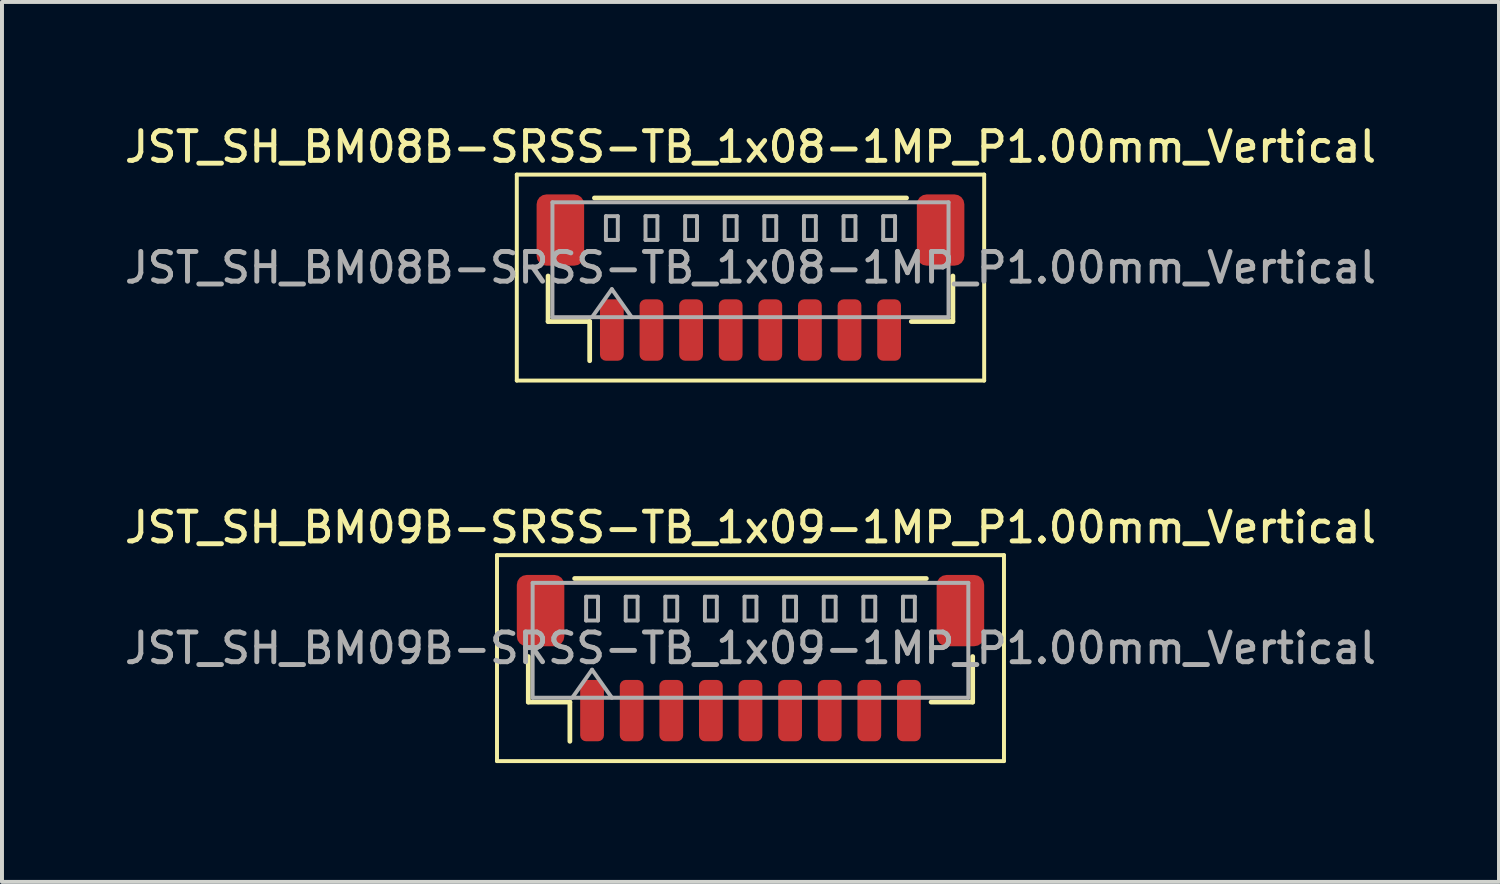
<source format=kicad_pcb>
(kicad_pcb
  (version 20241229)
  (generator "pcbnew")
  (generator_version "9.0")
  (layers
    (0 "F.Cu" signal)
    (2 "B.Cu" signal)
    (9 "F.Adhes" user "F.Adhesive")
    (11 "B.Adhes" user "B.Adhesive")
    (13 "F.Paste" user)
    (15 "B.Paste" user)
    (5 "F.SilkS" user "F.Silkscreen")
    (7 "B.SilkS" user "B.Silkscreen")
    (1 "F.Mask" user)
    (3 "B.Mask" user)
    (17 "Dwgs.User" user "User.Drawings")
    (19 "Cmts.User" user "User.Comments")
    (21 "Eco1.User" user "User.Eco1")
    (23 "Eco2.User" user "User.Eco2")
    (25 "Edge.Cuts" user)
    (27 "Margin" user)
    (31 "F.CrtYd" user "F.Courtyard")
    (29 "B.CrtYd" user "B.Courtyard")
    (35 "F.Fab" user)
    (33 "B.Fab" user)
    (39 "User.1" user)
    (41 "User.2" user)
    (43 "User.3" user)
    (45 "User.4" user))
  (footprint "JST_SH_BM08B-SRSS-TB_1x08-1MP_P1.00mm_Vertical"
    (layer "F.Cu")
    (at 15.898 3.958)
    (property "Reference" "JST_SH_BM08B-SRSS-TB_1x08-1MP_P1.00mm_Vertical" (at 0 -3.3 0) (layer "F.SilkS") (effects (font (size 0.75 0.75) (thickness 0.125))))
    (attr smd)
    (fp_line (start -5.9 -2.6) (end -5.9 2.6) (stroke (width 0.1) (type solid)) (layer "F.SilkS"))
    (fp_line (start -5.9 2.6) (end 5.9 2.6) (stroke (width 0.1) (type solid)) (layer "F.SilkS"))
    (fp_line (start -5.11 -0.04) (end -5.11 1.11) (stroke (width 0.12) (type solid)) (layer "F.SilkS"))
    (fp_line (start -5.11 1.11) (end -4.06 1.11) (stroke (width 0.12) (type solid)) (layer "F.SilkS"))
    (fp_line (start -4.06 1.11) (end -4.06 2.1) (stroke (width 0.12) (type solid)) (layer "F.SilkS"))
    (fp_line (start -3.94 -2.01) (end 3.94 -2.01) (stroke (width 0.12) (type solid)) (layer "F.SilkS"))
    (fp_line (start 5.11 -0.04) (end 5.11 1.11) (stroke (width 0.12) (type solid)) (layer "F.SilkS"))
    (fp_line (start 5.11 1.11) (end 4.06 1.11) (stroke (width 0.12) (type solid)) (layer "F.SilkS"))
    (fp_line (start 5.9 -2.6) (end -5.9 -2.6) (stroke (width 0.1) (type solid)) (layer "F.SilkS"))
    (fp_line (start 5.9 2.6) (end 5.9 -2.6) (stroke (width 0.1) (type solid)) (layer "F.SilkS"))
    (fp_line (start -5 -1.9) (end 5 -1.9) (stroke (width 0.1) (type solid)) (layer "F.Fab"))
    (fp_line (start -5 1) (end -5 -1.9) (stroke (width 0.1) (type solid)) (layer "F.Fab"))
    (fp_line (start -5 1) (end 5 1) (stroke (width 0.1) (type solid)) (layer "F.Fab"))
    (fp_line (start -4 1) (end -3.5 0.293) (stroke (width 0.1) (type solid)) (layer "F.Fab"))
    (fp_line (start -3.65 -1.55) (end -3.65 -0.95) (stroke (width 0.1) (type solid)) (layer "F.Fab"))
    (fp_line (start -3.65 -0.95) (end -3.35 -0.95) (stroke (width 0.1) (type solid)) (layer "F.Fab"))
    (fp_line (start -3.5 0.293) (end -3 1) (stroke (width 0.1) (type solid)) (layer "F.Fab"))
    (fp_line (start -3.35 -1.55) (end -3.65 -1.55) (stroke (width 0.1) (type solid)) (layer "F.Fab"))
    (fp_line (start -3.35 -0.95) (end -3.35 -1.55) (stroke (width 0.1) (type solid)) (layer "F.Fab"))
    (fp_line (start -2.65 -1.55) (end -2.65 -0.95) (stroke (width 0.1) (type solid)) (layer "F.Fab"))
    (fp_line (start -2.65 -0.95) (end -2.35 -0.95) (stroke (width 0.1) (type solid)) (layer "F.Fab"))
    (fp_line (start -2.35 -1.55) (end -2.65 -1.55) (stroke (width 0.1) (type solid)) (layer "F.Fab"))
    (fp_line (start -2.35 -0.95) (end -2.35 -1.55) (stroke (width 0.1) (type solid)) (layer "F.Fab"))
    (fp_line (start -1.65 -1.55) (end -1.65 -0.95) (stroke (width 0.1) (type solid)) (layer "F.Fab"))
    (fp_line (start -1.65 -0.95) (end -1.35 -0.95) (stroke (width 0.1) (type solid)) (layer "F.Fab"))
    (fp_line (start -1.35 -1.55) (end -1.65 -1.55) (stroke (width 0.1) (type solid)) (layer "F.Fab"))
    (fp_line (start -1.35 -0.95) (end -1.35 -1.55) (stroke (width 0.1) (type solid)) (layer "F.Fab"))
    (fp_line (start -0.65 -1.55) (end -0.65 -0.95) (stroke (width 0.1) (type solid)) (layer "F.Fab"))
    (fp_line (start -0.65 -0.95) (end -0.35 -0.95) (stroke (width 0.1) (type solid)) (layer "F.Fab"))
    (fp_line (start -0.35 -1.55) (end -0.65 -1.55) (stroke (width 0.1) (type solid)) (layer "F.Fab"))
    (fp_line (start -0.35 -0.95) (end -0.35 -1.55) (stroke (width 0.1) (type solid)) (layer "F.Fab"))
    (fp_line (start 0.35 -1.55) (end 0.35 -0.95) (stroke (width 0.1) (type solid)) (layer "F.Fab"))
    (fp_line (start 0.35 -0.95) (end 0.65 -0.95) (stroke (width 0.1) (type solid)) (layer "F.Fab"))
    (fp_line (start 0.65 -1.55) (end 0.35 -1.55) (stroke (width 0.1) (type solid)) (layer "F.Fab"))
    (fp_line (start 0.65 -0.95) (end 0.65 -1.55) (stroke (width 0.1) (type solid)) (layer "F.Fab"))
    (fp_line (start 1.35 -1.55) (end 1.35 -0.95) (stroke (width 0.1) (type solid)) (layer "F.Fab"))
    (fp_line (start 1.35 -0.95) (end 1.65 -0.95) (stroke (width 0.1) (type solid)) (layer "F.Fab"))
    (fp_line (start 1.65 -1.55) (end 1.35 -1.55) (stroke (width 0.1) (type solid)) (layer "F.Fab"))
    (fp_line (start 1.65 -0.95) (end 1.65 -1.55) (stroke (width 0.1) (type solid)) (layer "F.Fab"))
    (fp_line (start 2.35 -1.55) (end 2.35 -0.95) (stroke (width 0.1) (type solid)) (layer "F.Fab"))
    (fp_line (start 2.35 -0.95) (end 2.65 -0.95) (stroke (width 0.1) (type solid)) (layer "F.Fab"))
    (fp_line (start 2.65 -1.55) (end 2.35 -1.55) (stroke (width 0.1) (type solid)) (layer "F.Fab"))
    (fp_line (start 2.65 -0.95) (end 2.65 -1.55) (stroke (width 0.1) (type solid)) (layer "F.Fab"))
    (fp_line (start 3.35 -1.55) (end 3.35 -0.95) (stroke (width 0.1) (type solid)) (layer "F.Fab"))
    (fp_line (start 3.35 -0.95) (end 3.65 -0.95) (stroke (width 0.1) (type solid)) (layer "F.Fab"))
    (fp_line (start 3.65 -1.55) (end 3.35 -1.55) (stroke (width 0.1) (type solid)) (layer "F.Fab"))
    (fp_line (start 3.65 -0.95) (end 3.65 -1.55) (stroke (width 0.1) (type solid)) (layer "F.Fab"))
    (fp_line (start 5 1) (end 5 -1.9) (stroke (width 0.1) (type solid)) (layer "F.Fab"))
    (fp_text user "${REFERENCE}" (at 0 -0.25 0) (layer "F.Fab") (effects (font (size 0.75 0.75) (thickness 0.125))))
    (pad "1" smd roundrect (at -3.5 1.325) (size 0.6 1.55) (layers "F.Cu" "F.Mask" "F.Paste") (roundrect_rratio 0.25))
    (pad "2" smd roundrect (at -2.5 1.325) (size 0.6 1.55) (layers "F.Cu" "F.Mask" "F.Paste") (roundrect_rratio 0.25))
    (pad "3" smd roundrect (at -1.5 1.325) (size 0.6 1.55) (layers "F.Cu" "F.Mask" "F.Paste") (roundrect_rratio 0.25))
    (pad "4" smd roundrect (at -0.5 1.325) (size 0.6 1.55) (layers "F.Cu" "F.Mask" "F.Paste") (roundrect_rratio 0.25))
    (pad "5" smd roundrect (at 0.5 1.325) (size 0.6 1.55) (layers "F.Cu" "F.Mask" "F.Paste") (roundrect_rratio 0.25))
    (pad "6" smd roundrect (at 1.5 1.325) (size 0.6 1.55) (layers "F.Cu" "F.Mask" "F.Paste") (roundrect_rratio 0.25))
    (pad "7" smd roundrect (at 2.5 1.325) (size 0.6 1.55) (layers "F.Cu" "F.Mask" "F.Paste") (roundrect_rratio 0.25))
    (pad "8" smd roundrect (at 3.5 1.325) (size 0.6 1.55) (layers "F.Cu" "F.Mask" "F.Paste") (roundrect_rratio 0.25))
    (pad "MP" smd roundrect (at -4.8 -1.2) (size 1.2 1.8) (layers "F.Cu" "F.Mask" "F.Paste") (roundrect_rratio 0.208))
    (pad "MP" smd roundrect (at 4.8 -1.2) (size 1.2 1.8) (layers "F.Cu" "F.Mask" "F.Paste") (roundrect_rratio 0.208)))
  (footprint "JST_SH_BM09B-SRSS-TB_1x09-1MP_P1.00mm_Vertical"
    (layer "F.Cu")
    (at 15.898 13.566)
    (property "Reference" "JST_SH_BM09B-SRSS-TB_1x09-1MP_P1.00mm_Vertical" (at 0 -3.3 0) (layer "F.SilkS") (effects (font (size 0.75 0.75) (thickness 0.125))))
    (attr smd)
    (fp_line (start -6.4 -2.6) (end -6.4 2.6) (stroke (width 0.1) (type solid)) (layer "F.SilkS"))
    (fp_line (start -6.4 2.6) (end 6.4 2.6) (stroke (width 0.1) (type solid)) (layer "F.SilkS"))
    (fp_line (start -5.61 -0.04) (end -5.61 1.11) (stroke (width 0.12) (type solid)) (layer "F.SilkS"))
    (fp_line (start -5.61 1.11) (end -4.56 1.11) (stroke (width 0.12) (type solid)) (layer "F.SilkS"))
    (fp_line (start -4.56 1.11) (end -4.56 2.1) (stroke (width 0.12) (type solid)) (layer "F.SilkS"))
    (fp_line (start -4.44 -2.01) (end 4.44 -2.01) (stroke (width 0.12) (type solid)) (layer "F.SilkS"))
    (fp_line (start 5.61 -0.04) (end 5.61 1.11) (stroke (width 0.12) (type solid)) (layer "F.SilkS"))
    (fp_line (start 5.61 1.11) (end 4.56 1.11) (stroke (width 0.12) (type solid)) (layer "F.SilkS"))
    (fp_line (start 6.4 -2.6) (end -6.4 -2.6) (stroke (width 0.1) (type solid)) (layer "F.SilkS"))
    (fp_line (start 6.4 2.6) (end 6.4 -2.6) (stroke (width 0.1) (type solid)) (layer "F.SilkS"))
    (fp_line (start -5.5 -1.9) (end 5.5 -1.9) (stroke (width 0.1) (type solid)) (layer "F.Fab"))
    (fp_line (start -5.5 1) (end -5.5 -1.9) (stroke (width 0.1) (type solid)) (layer "F.Fab"))
    (fp_line (start -5.5 1) (end 5.5 1) (stroke (width 0.1) (type solid)) (layer "F.Fab"))
    (fp_line (start -4.5 1) (end -4 0.293) (stroke (width 0.1) (type solid)) (layer "F.Fab"))
    (fp_line (start -4.15 -1.55) (end -4.15 -0.95) (stroke (width 0.1) (type solid)) (layer "F.Fab"))
    (fp_line (start -4.15 -0.95) (end -3.85 -0.95) (stroke (width 0.1) (type solid)) (layer "F.Fab"))
    (fp_line (start -4 0.293) (end -3.5 1) (stroke (width 0.1) (type solid)) (layer "F.Fab"))
    (fp_line (start -3.85 -1.55) (end -4.15 -1.55) (stroke (width 0.1) (type solid)) (layer "F.Fab"))
    (fp_line (start -3.85 -0.95) (end -3.85 -1.55) (stroke (width 0.1) (type solid)) (layer "F.Fab"))
    (fp_line (start -3.15 -1.55) (end -3.15 -0.95) (stroke (width 0.1) (type solid)) (layer "F.Fab"))
    (fp_line (start -3.15 -0.95) (end -2.85 -0.95) (stroke (width 0.1) (type solid)) (layer "F.Fab"))
    (fp_line (start -2.85 -1.55) (end -3.15 -1.55) (stroke (width 0.1) (type solid)) (layer "F.Fab"))
    (fp_line (start -2.85 -0.95) (end -2.85 -1.55) (stroke (width 0.1) (type solid)) (layer "F.Fab"))
    (fp_line (start -2.15 -1.55) (end -2.15 -0.95) (stroke (width 0.1) (type solid)) (layer "F.Fab"))
    (fp_line (start -2.15 -0.95) (end -1.85 -0.95) (stroke (width 0.1) (type solid)) (layer "F.Fab"))
    (fp_line (start -1.85 -1.55) (end -2.15 -1.55) (stroke (width 0.1) (type solid)) (layer "F.Fab"))
    (fp_line (start -1.85 -0.95) (end -1.85 -1.55) (stroke (width 0.1) (type solid)) (layer "F.Fab"))
    (fp_line (start -1.15 -1.55) (end -1.15 -0.95) (stroke (width 0.1) (type solid)) (layer "F.Fab"))
    (fp_line (start -1.15 -0.95) (end -0.85 -0.95) (stroke (width 0.1) (type solid)) (layer "F.Fab"))
    (fp_line (start -0.85 -1.55) (end -1.15 -1.55) (stroke (width 0.1) (type solid)) (layer "F.Fab"))
    (fp_line (start -0.85 -0.95) (end -0.85 -1.55) (stroke (width 0.1) (type solid)) (layer "F.Fab"))
    (fp_line (start -0.15 -1.55) (end -0.15 -0.95) (stroke (width 0.1) (type solid)) (layer "F.Fab"))
    (fp_line (start -0.15 -0.95) (end 0.15 -0.95) (stroke (width 0.1) (type solid)) (layer "F.Fab"))
    (fp_line (start 0.15 -1.55) (end -0.15 -1.55) (stroke (width 0.1) (type solid)) (layer "F.Fab"))
    (fp_line (start 0.15 -0.95) (end 0.15 -1.55) (stroke (width 0.1) (type solid)) (layer "F.Fab"))
    (fp_line (start 0.85 -1.55) (end 0.85 -0.95) (stroke (width 0.1) (type solid)) (layer "F.Fab"))
    (fp_line (start 0.85 -0.95) (end 1.15 -0.95) (stroke (width 0.1) (type solid)) (layer "F.Fab"))
    (fp_line (start 1.15 -1.55) (end 0.85 -1.55) (stroke (width 0.1) (type solid)) (layer "F.Fab"))
    (fp_line (start 1.15 -0.95) (end 1.15 -1.55) (stroke (width 0.1) (type solid)) (layer "F.Fab"))
    (fp_line (start 1.85 -1.55) (end 1.85 -0.95) (stroke (width 0.1) (type solid)) (layer "F.Fab"))
    (fp_line (start 1.85 -0.95) (end 2.15 -0.95) (stroke (width 0.1) (type solid)) (layer "F.Fab"))
    (fp_line (start 2.15 -1.55) (end 1.85 -1.55) (stroke (width 0.1) (type solid)) (layer "F.Fab"))
    (fp_line (start 2.15 -0.95) (end 2.15 -1.55) (stroke (width 0.1) (type solid)) (layer "F.Fab"))
    (fp_line (start 2.85 -1.55) (end 2.85 -0.95) (stroke (width 0.1) (type solid)) (layer "F.Fab"))
    (fp_line (start 2.85 -0.95) (end 3.15 -0.95) (stroke (width 0.1) (type solid)) (layer "F.Fab"))
    (fp_line (start 3.15 -1.55) (end 2.85 -1.55) (stroke (width 0.1) (type solid)) (layer "F.Fab"))
    (fp_line (start 3.15 -0.95) (end 3.15 -1.55) (stroke (width 0.1) (type solid)) (layer "F.Fab"))
    (fp_line (start 3.85 -1.55) (end 3.85 -0.95) (stroke (width 0.1) (type solid)) (layer "F.Fab"))
    (fp_line (start 3.85 -0.95) (end 4.15 -0.95) (stroke (width 0.1) (type solid)) (layer "F.Fab"))
    (fp_line (start 4.15 -1.55) (end 3.85 -1.55) (stroke (width 0.1) (type solid)) (layer "F.Fab"))
    (fp_line (start 4.15 -0.95) (end 4.15 -1.55) (stroke (width 0.1) (type solid)) (layer "F.Fab"))
    (fp_line (start 5.5 1) (end 5.5 -1.9) (stroke (width 0.1) (type solid)) (layer "F.Fab"))
    (fp_text user "${REFERENCE}" (at 0 -0.25 0) (layer "F.Fab") (effects (font (size 0.75 0.75) (thickness 0.125))))
    (pad "1" smd roundrect (at -4 1.325) (size 0.6 1.55) (layers "F.Cu" "F.Mask" "F.Paste") (roundrect_rratio 0.25))
    (pad "2" smd roundrect (at -3 1.325) (size 0.6 1.55) (layers "F.Cu" "F.Mask" "F.Paste") (roundrect_rratio 0.25))
    (pad "3" smd roundrect (at -2 1.325) (size 0.6 1.55) (layers "F.Cu" "F.Mask" "F.Paste") (roundrect_rratio 0.25))
    (pad "4" smd roundrect (at -1 1.325) (size 0.6 1.55) (layers "F.Cu" "F.Mask" "F.Paste") (roundrect_rratio 0.25))
    (pad "5" smd roundrect (at 0 1.325) (size 0.6 1.55) (layers "F.Cu" "F.Mask" "F.Paste") (roundrect_rratio 0.25))
    (pad "6" smd roundrect (at 1 1.325) (size 0.6 1.55) (layers "F.Cu" "F.Mask" "F.Paste") (roundrect_rratio 0.25))
    (pad "7" smd roundrect (at 2 1.325) (size 0.6 1.55) (layers "F.Cu" "F.Mask" "F.Paste") (roundrect_rratio 0.25))
    (pad "8" smd roundrect (at 3 1.325) (size 0.6 1.55) (layers "F.Cu" "F.Mask" "F.Paste") (roundrect_rratio 0.25))
    (pad "9" smd roundrect (at 4 1.325) (size 0.6 1.55) (layers "F.Cu" "F.Mask" "F.Paste") (roundrect_rratio 0.25))
    (pad "MP" smd roundrect (at -5.3 -1.2) (size 1.2 1.8) (layers "F.Cu" "F.Mask" "F.Paste") (roundrect_rratio 0.208))
    (pad "MP" smd roundrect (at 5.3 -1.2) (size 1.2 1.8) (layers "F.Cu" "F.Mask" "F.Paste") (roundrect_rratio 0.208)))
  (gr_rect
    (start -3 -3)
    (end 34.796 19.216)
    (stroke (width 0.1) (type default))
    (fill no)
    (layer "Edge.Cuts")))
</source>
